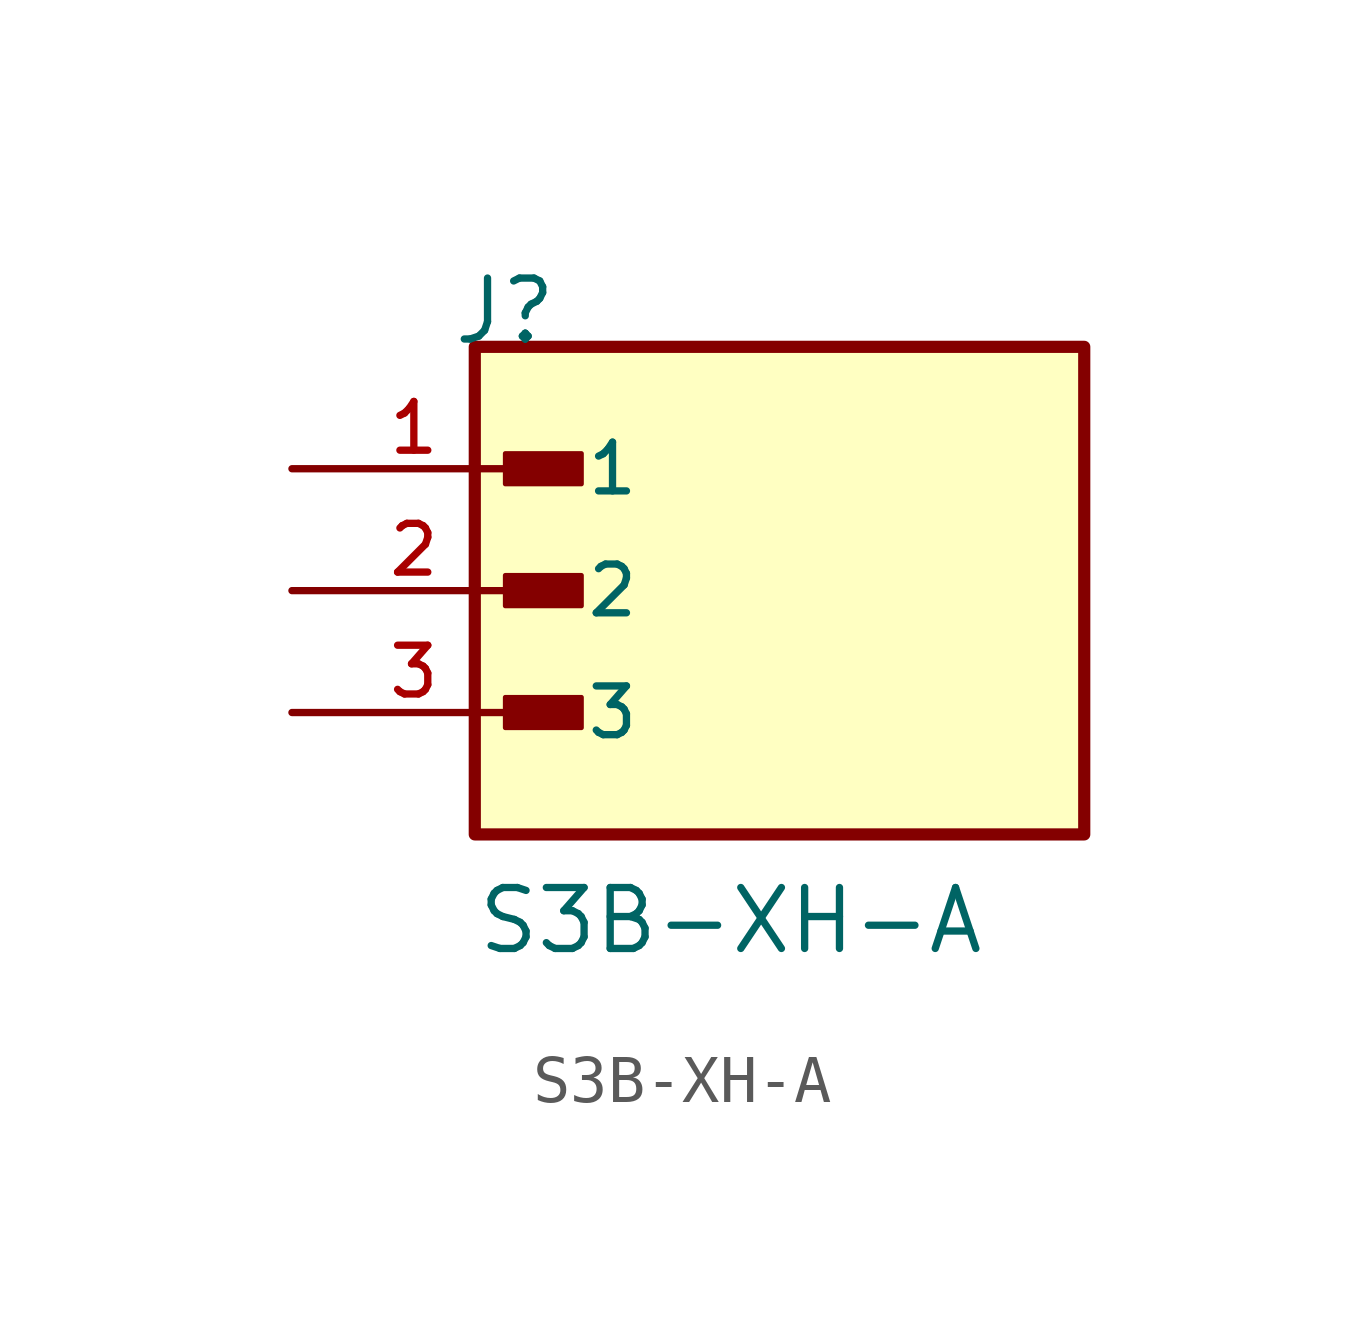
<source format=kicad_sym>
(kicad_symbol_lib
  (version 20231120)
  (generator "kicad_symbol_editor")
  (generator_version "8.0")
  (symbol "S3B-XH-A"
    (pin_names
      (offset 1.016))
    (property "Reference" "J"
      (at -6.85 5.08 0)
      (effects (font (size 1.27 1.27)) (justify left bottom)))
    (property "Value" "S3B-XH-A"
      (at -6.35 -7.62 0)
      (effects (font (size 1.27 1.27)) (justify left bottom)))
    (symbol "S3B-XH-A_0_0"
      (rectangle (start -6.35 -5.08) (end 6.35 5.08) (stroke (width 0.254) (type default)) (fill (type background)))
      (rectangle (start -5.715 -2.857) (end -4.128 -2.223) (stroke (width 0.1) (type default)) (fill (type outline)))
      (rectangle (start -5.715 -0.318) (end -4.128 0.318) (stroke (width 0.1) (type default)) (fill (type outline)))
      (rectangle (start -5.715 2.223) (end -4.128 2.857) (stroke (width 0.1) (type default)) (fill (type outline)))
      (pin passive line (at -10.16 2.54 0) (length 5.08) (name "1" (effects (font (size 1.016 1.016)))) (number "1" (effects (font (size 1.016 1.016)))))
      (pin passive line (at -10.16 0 0) (length 5.08) (name "2" (effects (font (size 1.016 1.016)))) (number "2" (effects (font (size 1.016 1.016)))))
      (pin passive line (at -10.16 -2.54 0) (length 5.08) (name "3" (effects (font (size 1.016 1.016)))) (number "3" (effects (font (size 1.016 1.016))))))))
</source>
